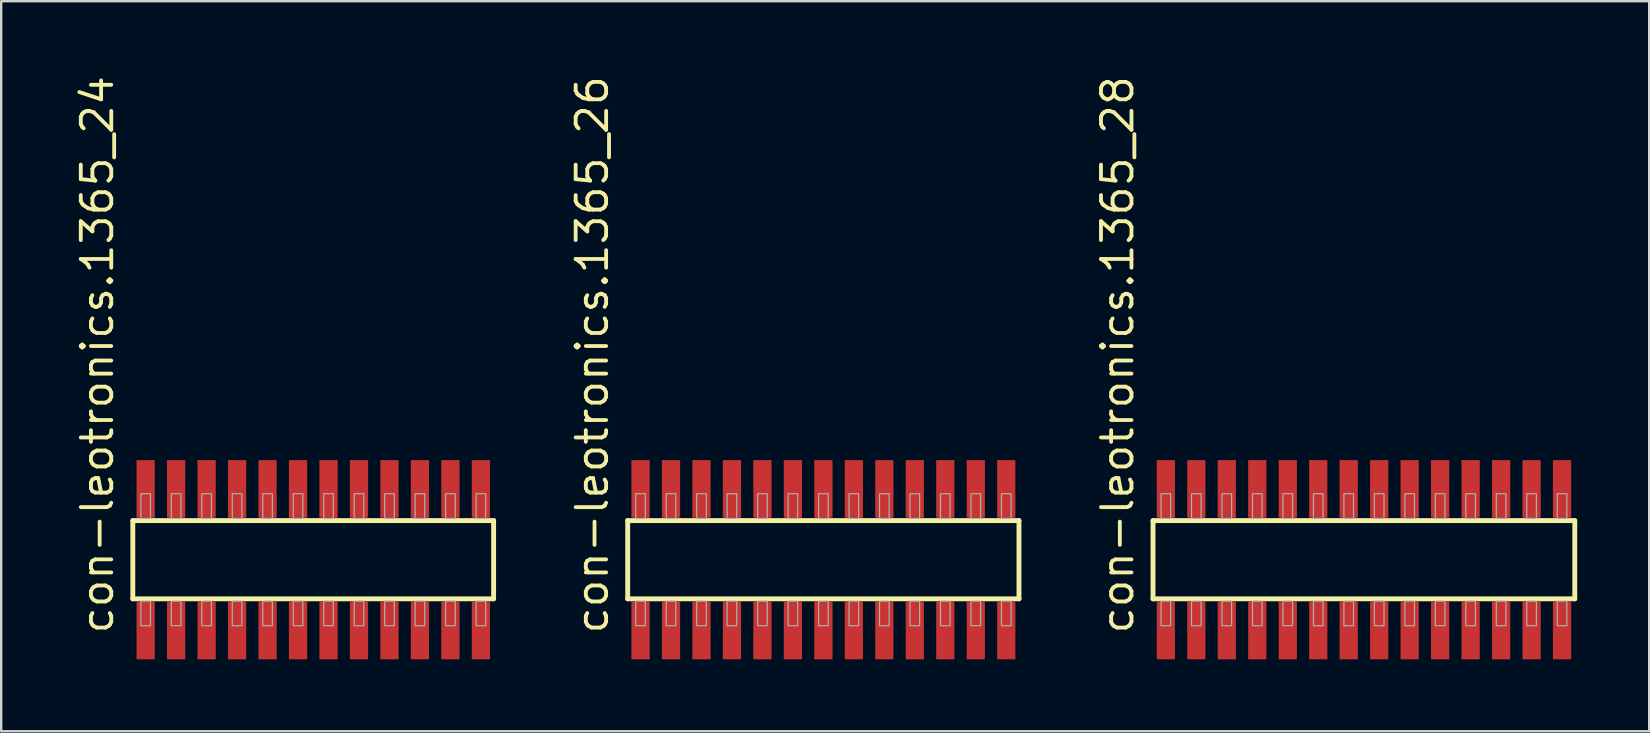
<source format=kicad_pcb>
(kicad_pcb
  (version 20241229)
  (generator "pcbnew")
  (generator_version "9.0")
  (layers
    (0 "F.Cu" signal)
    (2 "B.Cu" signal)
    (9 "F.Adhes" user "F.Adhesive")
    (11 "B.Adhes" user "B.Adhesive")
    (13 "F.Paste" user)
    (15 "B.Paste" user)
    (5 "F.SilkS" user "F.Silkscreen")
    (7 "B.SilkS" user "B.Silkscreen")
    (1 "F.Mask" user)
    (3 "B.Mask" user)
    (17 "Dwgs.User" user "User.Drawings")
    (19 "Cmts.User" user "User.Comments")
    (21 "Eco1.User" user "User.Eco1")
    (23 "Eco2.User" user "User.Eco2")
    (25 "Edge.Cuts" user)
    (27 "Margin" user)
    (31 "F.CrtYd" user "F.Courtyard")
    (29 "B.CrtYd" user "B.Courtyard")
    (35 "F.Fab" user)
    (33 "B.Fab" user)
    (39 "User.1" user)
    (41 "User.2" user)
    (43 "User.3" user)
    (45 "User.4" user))
  (footprint "con-leotronics.1365_28"
    (layer "F.Cu")
    (at 53.788 20.274)
    (property "Reference" "con-leotronics.1365_28" (at -9.525 3.175 90) (layer "F.SilkS") (effects (font (size 1.27 1.27) (thickness 0.16)) (justify left bottom)))
    (attr smd)
    (fp_line (start -8.79 -1.63) (end 8.785 -1.63) (stroke (width 0.203) (type default)) (layer "F.SilkS"))
    (fp_line (start -8.79 1.63) (end -8.79 -1.63) (stroke (width 0.203) (type default)) (layer "F.SilkS"))
    (fp_line (start 8.785 -1.63) (end 8.785 1.63) (stroke (width 0.203) (type default)) (layer "F.SilkS"))
    (fp_line (start 8.785 1.63) (end -8.79 1.63) (stroke (width 0.203) (type default)) (layer "F.SilkS"))
    (fp_rect (start -8.455 -1.725) (end -8.055 -2.75) (stroke (width 0.05) (type default)) (fill no) (layer "F.Fab"))
    (fp_rect (start -8.455 2.75) (end -8.055 1.725) (stroke (width 0.05) (type default)) (fill no) (layer "F.Fab"))
    (fp_rect (start -7.185 -1.725) (end -6.785 -2.75) (stroke (width 0.05) (type default)) (fill no) (layer "F.Fab"))
    (fp_rect (start -7.185 2.75) (end -6.785 1.725) (stroke (width 0.05) (type default)) (fill no) (layer "F.Fab"))
    (fp_rect (start -5.915 -1.725) (end -5.515 -2.75) (stroke (width 0.05) (type default)) (fill no) (layer "F.Fab"))
    (fp_rect (start -5.915 2.75) (end -5.515 1.725) (stroke (width 0.05) (type default)) (fill no) (layer "F.Fab"))
    (fp_rect (start -4.645 -1.725) (end -4.245 -2.75) (stroke (width 0.05) (type default)) (fill no) (layer "F.Fab"))
    (fp_rect (start -4.645 2.75) (end -4.245 1.725) (stroke (width 0.05) (type default)) (fill no) (layer "F.Fab"))
    (fp_rect (start -3.375 -1.725) (end -2.975 -2.75) (stroke (width 0.05) (type default)) (fill no) (layer "F.Fab"))
    (fp_rect (start -3.375 2.75) (end -2.975 1.725) (stroke (width 0.05) (type default)) (fill no) (layer "F.Fab"))
    (fp_rect (start -2.105 -1.725) (end -1.705 -2.75) (stroke (width 0.05) (type default)) (fill no) (layer "F.Fab"))
    (fp_rect (start -2.105 2.75) (end -1.705 1.725) (stroke (width 0.05) (type default)) (fill no) (layer "F.Fab"))
    (fp_rect (start -0.835 -1.725) (end -0.435 -2.75) (stroke (width 0.05) (type default)) (fill no) (layer "F.Fab"))
    (fp_rect (start -0.835 2.75) (end -0.435 1.725) (stroke (width 0.05) (type default)) (fill no) (layer "F.Fab"))
    (fp_rect (start 0.435 -1.725) (end 0.835 -2.75) (stroke (width 0.05) (type default)) (fill no) (layer "F.Fab"))
    (fp_rect (start 0.435 2.75) (end 0.835 1.725) (stroke (width 0.05) (type default)) (fill no) (layer "F.Fab"))
    (fp_rect (start 1.705 -1.725) (end 2.105 -2.75) (stroke (width 0.05) (type default)) (fill no) (layer "F.Fab"))
    (fp_rect (start 1.705 2.75) (end 2.105 1.725) (stroke (width 0.05) (type default)) (fill no) (layer "F.Fab"))
    (fp_rect (start 2.975 -1.725) (end 3.375 -2.75) (stroke (width 0.05) (type default)) (fill no) (layer "F.Fab"))
    (fp_rect (start 2.975 2.75) (end 3.375 1.725) (stroke (width 0.05) (type default)) (fill no) (layer "F.Fab"))
    (fp_rect (start 4.245 -1.725) (end 4.645 -2.75) (stroke (width 0.05) (type default)) (fill no) (layer "F.Fab"))
    (fp_rect (start 4.245 2.75) (end 4.645 1.725) (stroke (width 0.05) (type default)) (fill no) (layer "F.Fab"))
    (fp_rect (start 5.515 -1.725) (end 5.915 -2.75) (stroke (width 0.05) (type default)) (fill no) (layer "F.Fab"))
    (fp_rect (start 5.515 2.75) (end 5.915 1.725) (stroke (width 0.05) (type default)) (fill no) (layer "F.Fab"))
    (fp_rect (start 6.785 -1.725) (end 7.185 -2.75) (stroke (width 0.05) (type default)) (fill no) (layer "F.Fab"))
    (fp_rect (start 6.785 2.75) (end 7.185 1.725) (stroke (width 0.05) (type default)) (fill no) (layer "F.Fab"))
    (fp_rect (start 8.055 -1.725) (end 8.455 -2.75) (stroke (width 0.05) (type default)) (fill no) (layer "F.Fab"))
    (fp_rect (start 8.055 2.75) (end 8.455 1.725) (stroke (width 0.05) (type default)) (fill no) (layer "F.Fab"))
    (pad "1" smd roundrect (at -8.255 2.95) (size 0.76 2.4) (layers "F.Cu" "F.Mask" "F.Paste") (roundrect_rratio 0.01))
    (pad "2" smd roundrect (at -8.255 -2.95) (size 0.76 2.4) (layers "F.Cu" "F.Mask" "F.Paste") (roundrect_rratio 0.01))
    (pad "3" smd roundrect (at -6.985 2.95) (size 0.76 2.4) (layers "F.Cu" "F.Mask" "F.Paste") (roundrect_rratio 0.01))
    (pad "4" smd roundrect (at -6.985 -2.95) (size 0.76 2.4) (layers "F.Cu" "F.Mask" "F.Paste") (roundrect_rratio 0.01))
    (pad "5" smd roundrect (at -5.715 2.95) (size 0.76 2.4) (layers "F.Cu" "F.Mask" "F.Paste") (roundrect_rratio 0.01))
    (pad "6" smd roundrect (at -5.715 -2.95) (size 0.76 2.4) (layers "F.Cu" "F.Mask" "F.Paste") (roundrect_rratio 0.01))
    (pad "7" smd roundrect (at -4.445 2.95) (size 0.76 2.4) (layers "F.Cu" "F.Mask" "F.Paste") (roundrect_rratio 0.01))
    (pad "8" smd roundrect (at -4.445 -2.95) (size 0.76 2.4) (layers "F.Cu" "F.Mask" "F.Paste") (roundrect_rratio 0.01))
    (pad "9" smd roundrect (at -3.175 2.95) (size 0.76 2.4) (layers "F.Cu" "F.Mask" "F.Paste") (roundrect_rratio 0.01))
    (pad "10" smd roundrect (at -3.175 -2.95) (size 0.76 2.4) (layers "F.Cu" "F.Mask" "F.Paste") (roundrect_rratio 0.01))
    (pad "11" smd roundrect (at -1.905 2.95) (size 0.76 2.4) (layers "F.Cu" "F.Mask" "F.Paste") (roundrect_rratio 0.01))
    (pad "12" smd roundrect (at -1.905 -2.95) (size 0.76 2.4) (layers "F.Cu" "F.Mask" "F.Paste") (roundrect_rratio 0.01))
    (pad "13" smd roundrect (at -0.635 2.95) (size 0.76 2.4) (layers "F.Cu" "F.Mask" "F.Paste") (roundrect_rratio 0.01))
    (pad "14" smd roundrect (at -0.635 -2.95) (size 0.76 2.4) (layers "F.Cu" "F.Mask" "F.Paste") (roundrect_rratio 0.01))
    (pad "15" smd roundrect (at 0.635 2.95) (size 0.76 2.4) (layers "F.Cu" "F.Mask" "F.Paste") (roundrect_rratio 0.01))
    (pad "16" smd roundrect (at 0.635 -2.95) (size 0.76 2.4) (layers "F.Cu" "F.Mask" "F.Paste") (roundrect_rratio 0.01))
    (pad "17" smd roundrect (at 1.905 2.95) (size 0.76 2.4) (layers "F.Cu" "F.Mask" "F.Paste") (roundrect_rratio 0.01))
    (pad "18" smd roundrect (at 1.905 -2.95) (size 0.76 2.4) (layers "F.Cu" "F.Mask" "F.Paste") (roundrect_rratio 0.01))
    (pad "19" smd roundrect (at 3.175 2.95) (size 0.76 2.4) (layers "F.Cu" "F.Mask" "F.Paste") (roundrect_rratio 0.01))
    (pad "20" smd roundrect (at 3.175 -2.95) (size 0.76 2.4) (layers "F.Cu" "F.Mask" "F.Paste") (roundrect_rratio 0.01))
    (pad "21" smd roundrect (at 4.445 2.95) (size 0.76 2.4) (layers "F.Cu" "F.Mask" "F.Paste") (roundrect_rratio 0.01))
    (pad "22" smd roundrect (at 4.445 -2.95) (size 0.76 2.4) (layers "F.Cu" "F.Mask" "F.Paste") (roundrect_rratio 0.01))
    (pad "23" smd roundrect (at 5.715 2.95) (size 0.76 2.4) (layers "F.Cu" "F.Mask" "F.Paste") (roundrect_rratio 0.01))
    (pad "24" smd roundrect (at 5.715 -2.95) (size 0.76 2.4) (layers "F.Cu" "F.Mask" "F.Paste") (roundrect_rratio 0.01))
    (pad "25" smd roundrect (at 6.985 2.95) (size 0.76 2.4) (layers "F.Cu" "F.Mask" "F.Paste") (roundrect_rratio 0.01))
    (pad "26" smd roundrect (at 6.985 -2.95) (size 0.76 2.4) (layers "F.Cu" "F.Mask" "F.Paste") (roundrect_rratio 0.01))
    (pad "27" smd roundrect (at 8.255 2.95) (size 0.76 2.4) (layers "F.Cu" "F.Mask" "F.Paste") (roundrect_rratio 0.01))
    (pad "28" smd roundrect (at 8.255 -2.95) (size 0.76 2.4) (layers "F.Cu" "F.Mask" "F.Paste") (roundrect_rratio 0.01)))
  (footprint "con-leotronics.1365_24"
    (layer "F.Cu")
    (at 10.005 20.274)
    (property "Reference" "con-leotronics.1365_24" (at -8.255 3.175 90) (layer "F.SilkS") (effects (font (size 1.27 1.27) (thickness 0.16)) (justify left bottom)))
    (attr smd)
    (fp_line (start -7.52 -1.63) (end 7.515 -1.63) (stroke (width 0.203) (type default)) (layer "F.SilkS"))
    (fp_line (start -7.52 1.63) (end -7.52 -1.63) (stroke (width 0.203) (type default)) (layer "F.SilkS"))
    (fp_line (start 7.515 -1.63) (end 7.515 1.63) (stroke (width 0.203) (type default)) (layer "F.SilkS"))
    (fp_line (start 7.515 1.63) (end -7.52 1.63) (stroke (width 0.203) (type default)) (layer "F.SilkS"))
    (fp_rect (start -7.185 -1.725) (end -6.785 -2.75) (stroke (width 0.05) (type default)) (fill no) (layer "F.Fab"))
    (fp_rect (start -7.185 2.75) (end -6.785 1.725) (stroke (width 0.05) (type default)) (fill no) (layer "F.Fab"))
    (fp_rect (start -5.915 -1.725) (end -5.515 -2.75) (stroke (width 0.05) (type default)) (fill no) (layer "F.Fab"))
    (fp_rect (start -5.915 2.75) (end -5.515 1.725) (stroke (width 0.05) (type default)) (fill no) (layer "F.Fab"))
    (fp_rect (start -4.645 -1.725) (end -4.245 -2.75) (stroke (width 0.05) (type default)) (fill no) (layer "F.Fab"))
    (fp_rect (start -4.645 2.75) (end -4.245 1.725) (stroke (width 0.05) (type default)) (fill no) (layer "F.Fab"))
    (fp_rect (start -3.375 -1.725) (end -2.975 -2.75) (stroke (width 0.05) (type default)) (fill no) (layer "F.Fab"))
    (fp_rect (start -3.375 2.75) (end -2.975 1.725) (stroke (width 0.05) (type default)) (fill no) (layer "F.Fab"))
    (fp_rect (start -2.105 -1.725) (end -1.705 -2.75) (stroke (width 0.05) (type default)) (fill no) (layer "F.Fab"))
    (fp_rect (start -2.105 2.75) (end -1.705 1.725) (stroke (width 0.05) (type default)) (fill no) (layer "F.Fab"))
    (fp_rect (start -0.835 -1.725) (end -0.435 -2.75) (stroke (width 0.05) (type default)) (fill no) (layer "F.Fab"))
    (fp_rect (start -0.835 2.75) (end -0.435 1.725) (stroke (width 0.05) (type default)) (fill no) (layer "F.Fab"))
    (fp_rect (start 0.435 -1.725) (end 0.835 -2.75) (stroke (width 0.05) (type default)) (fill no) (layer "F.Fab"))
    (fp_rect (start 0.435 2.75) (end 0.835 1.725) (stroke (width 0.05) (type default)) (fill no) (layer "F.Fab"))
    (fp_rect (start 1.705 -1.725) (end 2.105 -2.75) (stroke (width 0.05) (type default)) (fill no) (layer "F.Fab"))
    (fp_rect (start 1.705 2.75) (end 2.105 1.725) (stroke (width 0.05) (type default)) (fill no) (layer "F.Fab"))
    (fp_rect (start 2.975 -1.725) (end 3.375 -2.75) (stroke (width 0.05) (type default)) (fill no) (layer "F.Fab"))
    (fp_rect (start 2.975 2.75) (end 3.375 1.725) (stroke (width 0.05) (type default)) (fill no) (layer "F.Fab"))
    (fp_rect (start 4.245 -1.725) (end 4.645 -2.75) (stroke (width 0.05) (type default)) (fill no) (layer "F.Fab"))
    (fp_rect (start 4.245 2.75) (end 4.645 1.725) (stroke (width 0.05) (type default)) (fill no) (layer "F.Fab"))
    (fp_rect (start 5.515 -1.725) (end 5.915 -2.75) (stroke (width 0.05) (type default)) (fill no) (layer "F.Fab"))
    (fp_rect (start 5.515 2.75) (end 5.915 1.725) (stroke (width 0.05) (type default)) (fill no) (layer "F.Fab"))
    (fp_rect (start 6.785 -1.725) (end 7.185 -2.75) (stroke (width 0.05) (type default)) (fill no) (layer "F.Fab"))
    (fp_rect (start 6.785 2.75) (end 7.185 1.725) (stroke (width 0.05) (type default)) (fill no) (layer "F.Fab"))
    (pad "1" smd roundrect (at -6.985 2.95) (size 0.76 2.4) (layers "F.Cu" "F.Mask" "F.Paste") (roundrect_rratio 0.01))
    (pad "2" smd roundrect (at -6.985 -2.95) (size 0.76 2.4) (layers "F.Cu" "F.Mask" "F.Paste") (roundrect_rratio 0.01))
    (pad "3" smd roundrect (at -5.715 2.95) (size 0.76 2.4) (layers "F.Cu" "F.Mask" "F.Paste") (roundrect_rratio 0.01))
    (pad "4" smd roundrect (at -5.715 -2.95) (size 0.76 2.4) (layers "F.Cu" "F.Mask" "F.Paste") (roundrect_rratio 0.01))
    (pad "5" smd roundrect (at -4.445 2.95) (size 0.76 2.4) (layers "F.Cu" "F.Mask" "F.Paste") (roundrect_rratio 0.01))
    (pad "6" smd roundrect (at -4.445 -2.95) (size 0.76 2.4) (layers "F.Cu" "F.Mask" "F.Paste") (roundrect_rratio 0.01))
    (pad "7" smd roundrect (at -3.175 2.95) (size 0.76 2.4) (layers "F.Cu" "F.Mask" "F.Paste") (roundrect_rratio 0.01))
    (pad "8" smd roundrect (at -3.175 -2.95) (size 0.76 2.4) (layers "F.Cu" "F.Mask" "F.Paste") (roundrect_rratio 0.01))
    (pad "9" smd roundrect (at -1.905 2.95) (size 0.76 2.4) (layers "F.Cu" "F.Mask" "F.Paste") (roundrect_rratio 0.01))
    (pad "10" smd roundrect (at -1.905 -2.95) (size 0.76 2.4) (layers "F.Cu" "F.Mask" "F.Paste") (roundrect_rratio 0.01))
    (pad "11" smd roundrect (at -0.635 2.95) (size 0.76 2.4) (layers "F.Cu" "F.Mask" "F.Paste") (roundrect_rratio 0.01))
    (pad "12" smd roundrect (at -0.635 -2.95) (size 0.76 2.4) (layers "F.Cu" "F.Mask" "F.Paste") (roundrect_rratio 0.01))
    (pad "13" smd roundrect (at 0.635 2.95) (size 0.76 2.4) (layers "F.Cu" "F.Mask" "F.Paste") (roundrect_rratio 0.01))
    (pad "14" smd roundrect (at 0.635 -2.95) (size 0.76 2.4) (layers "F.Cu" "F.Mask" "F.Paste") (roundrect_rratio 0.01))
    (pad "15" smd roundrect (at 1.905 2.95) (size 0.76 2.4) (layers "F.Cu" "F.Mask" "F.Paste") (roundrect_rratio 0.01))
    (pad "16" smd roundrect (at 1.905 -2.95) (size 0.76 2.4) (layers "F.Cu" "F.Mask" "F.Paste") (roundrect_rratio 0.01))
    (pad "17" smd roundrect (at 3.175 2.95) (size 0.76 2.4) (layers "F.Cu" "F.Mask" "F.Paste") (roundrect_rratio 0.01))
    (pad "18" smd roundrect (at 3.175 -2.95) (size 0.76 2.4) (layers "F.Cu" "F.Mask" "F.Paste") (roundrect_rratio 0.01))
    (pad "19" smd roundrect (at 4.445 2.95) (size 0.76 2.4) (layers "F.Cu" "F.Mask" "F.Paste") (roundrect_rratio 0.01))
    (pad "20" smd roundrect (at 4.445 -2.95) (size 0.76 2.4) (layers "F.Cu" "F.Mask" "F.Paste") (roundrect_rratio 0.01))
    (pad "21" smd roundrect (at 5.715 2.95) (size 0.76 2.4) (layers "F.Cu" "F.Mask" "F.Paste") (roundrect_rratio 0.01))
    (pad "22" smd roundrect (at 5.715 -2.95) (size 0.76 2.4) (layers "F.Cu" "F.Mask" "F.Paste") (roundrect_rratio 0.01))
    (pad "23" smd roundrect (at 6.985 2.95) (size 0.76 2.4) (layers "F.Cu" "F.Mask" "F.Paste") (roundrect_rratio 0.01))
    (pad "24" smd roundrect (at 6.985 -2.95) (size 0.76 2.4) (layers "F.Cu" "F.Mask" "F.Paste") (roundrect_rratio 0.01)))
  (footprint "con-leotronics.1365_26"
    (layer "F.Cu")
    (at 31.262 20.274)
    (property "Reference" "con-leotronics.1365_26" (at -8.89 3.175 90) (layer "F.SilkS") (effects (font (size 1.27 1.27) (thickness 0.16)) (justify left bottom)))
    (attr smd)
    (fp_line (start -8.155 -1.63) (end 8.15 -1.63) (stroke (width 0.203) (type default)) (layer "F.SilkS"))
    (fp_line (start -8.155 1.63) (end -8.155 -1.63) (stroke (width 0.203) (type default)) (layer "F.SilkS"))
    (fp_line (start 8.15 -1.63) (end 8.15 1.63) (stroke (width 0.203) (type default)) (layer "F.SilkS"))
    (fp_line (start 8.15 1.63) (end -8.155 1.63) (stroke (width 0.203) (type default)) (layer "F.SilkS"))
    (fp_rect (start -7.82 -1.725) (end -7.42 -2.75) (stroke (width 0.05) (type default)) (fill no) (layer "F.Fab"))
    (fp_rect (start -7.82 2.75) (end -7.42 1.725) (stroke (width 0.05) (type default)) (fill no) (layer "F.Fab"))
    (fp_rect (start -6.55 -1.725) (end -6.15 -2.75) (stroke (width 0.05) (type default)) (fill no) (layer "F.Fab"))
    (fp_rect (start -6.55 2.75) (end -6.15 1.725) (stroke (width 0.05) (type default)) (fill no) (layer "F.Fab"))
    (fp_rect (start -5.28 -1.725) (end -4.88 -2.75) (stroke (width 0.05) (type default)) (fill no) (layer "F.Fab"))
    (fp_rect (start -5.28 2.75) (end -4.88 1.725) (stroke (width 0.05) (type default)) (fill no) (layer "F.Fab"))
    (fp_rect (start -4.01 -1.725) (end -3.61 -2.75) (stroke (width 0.05) (type default)) (fill no) (layer "F.Fab"))
    (fp_rect (start -4.01 2.75) (end -3.61 1.725) (stroke (width 0.05) (type default)) (fill no) (layer "F.Fab"))
    (fp_rect (start -2.74 -1.725) (end -2.34 -2.75) (stroke (width 0.05) (type default)) (fill no) (layer "F.Fab"))
    (fp_rect (start -2.74 2.75) (end -2.34 1.725) (stroke (width 0.05) (type default)) (fill no) (layer "F.Fab"))
    (fp_rect (start -1.47 -1.725) (end -1.07 -2.75) (stroke (width 0.05) (type default)) (fill no) (layer "F.Fab"))
    (fp_rect (start -1.47 2.75) (end -1.07 1.725) (stroke (width 0.05) (type default)) (fill no) (layer "F.Fab"))
    (fp_rect (start -0.2 -1.725) (end 0.2 -2.75) (stroke (width 0.05) (type default)) (fill no) (layer "F.Fab"))
    (fp_rect (start -0.2 2.75) (end 0.2 1.725) (stroke (width 0.05) (type default)) (fill no) (layer "F.Fab"))
    (fp_rect (start 1.07 -1.725) (end 1.47 -2.75) (stroke (width 0.05) (type default)) (fill no) (layer "F.Fab"))
    (fp_rect (start 1.07 2.75) (end 1.47 1.725) (stroke (width 0.05) (type default)) (fill no) (layer "F.Fab"))
    (fp_rect (start 2.34 -1.725) (end 2.74 -2.75) (stroke (width 0.05) (type default)) (fill no) (layer "F.Fab"))
    (fp_rect (start 2.34 2.75) (end 2.74 1.725) (stroke (width 0.05) (type default)) (fill no) (layer "F.Fab"))
    (fp_rect (start 3.61 -1.725) (end 4.01 -2.75) (stroke (width 0.05) (type default)) (fill no) (layer "F.Fab"))
    (fp_rect (start 3.61 2.75) (end 4.01 1.725) (stroke (width 0.05) (type default)) (fill no) (layer "F.Fab"))
    (fp_rect (start 4.88 -1.725) (end 5.28 -2.75) (stroke (width 0.05) (type default)) (fill no) (layer "F.Fab"))
    (fp_rect (start 4.88 2.75) (end 5.28 1.725) (stroke (width 0.05) (type default)) (fill no) (layer "F.Fab"))
    (fp_rect (start 6.15 -1.725) (end 6.55 -2.75) (stroke (width 0.05) (type default)) (fill no) (layer "F.Fab"))
    (fp_rect (start 6.15 2.75) (end 6.55 1.725) (stroke (width 0.05) (type default)) (fill no) (layer "F.Fab"))
    (fp_rect (start 7.42 -1.725) (end 7.82 -2.75) (stroke (width 0.05) (type default)) (fill no) (layer "F.Fab"))
    (fp_rect (start 7.42 2.75) (end 7.82 1.725) (stroke (width 0.05) (type default)) (fill no) (layer "F.Fab"))
    (pad "1" smd roundrect (at -7.62 2.95) (size 0.76 2.4) (layers "F.Cu" "F.Mask" "F.Paste") (roundrect_rratio 0.01))
    (pad "2" smd roundrect (at -7.62 -2.95) (size 0.76 2.4) (layers "F.Cu" "F.Mask" "F.Paste") (roundrect_rratio 0.01))
    (pad "3" smd roundrect (at -6.35 2.95) (size 0.76 2.4) (layers "F.Cu" "F.Mask" "F.Paste") (roundrect_rratio 0.01))
    (pad "4" smd roundrect (at -6.35 -2.95) (size 0.76 2.4) (layers "F.Cu" "F.Mask" "F.Paste") (roundrect_rratio 0.01))
    (pad "5" smd roundrect (at -5.08 2.95) (size 0.76 2.4) (layers "F.Cu" "F.Mask" "F.Paste") (roundrect_rratio 0.01))
    (pad "6" smd roundrect (at -5.08 -2.95) (size 0.76 2.4) (layers "F.Cu" "F.Mask" "F.Paste") (roundrect_rratio 0.01))
    (pad "7" smd roundrect (at -3.81 2.95) (size 0.76 2.4) (layers "F.Cu" "F.Mask" "F.Paste") (roundrect_rratio 0.01))
    (pad "8" smd roundrect (at -3.81 -2.95) (size 0.76 2.4) (layers "F.Cu" "F.Mask" "F.Paste") (roundrect_rratio 0.01))
    (pad "9" smd roundrect (at -2.54 2.95) (size 0.76 2.4) (layers "F.Cu" "F.Mask" "F.Paste") (roundrect_rratio 0.01))
    (pad "10" smd roundrect (at -2.54 -2.95) (size 0.76 2.4) (layers "F.Cu" "F.Mask" "F.Paste") (roundrect_rratio 0.01))
    (pad "11" smd roundrect (at -1.27 2.95) (size 0.76 2.4) (layers "F.Cu" "F.Mask" "F.Paste") (roundrect_rratio 0.01))
    (pad "12" smd roundrect (at -1.27 -2.95) (size 0.76 2.4) (layers "F.Cu" "F.Mask" "F.Paste") (roundrect_rratio 0.01))
    (pad "13" smd roundrect (at 0 2.95) (size 0.76 2.4) (layers "F.Cu" "F.Mask" "F.Paste") (roundrect_rratio 0.01))
    (pad "14" smd roundrect (at 0 -2.95) (size 0.76 2.4) (layers "F.Cu" "F.Mask" "F.Paste") (roundrect_rratio 0.01))
    (pad "15" smd roundrect (at 1.27 2.95) (size 0.76 2.4) (layers "F.Cu" "F.Mask" "F.Paste") (roundrect_rratio 0.01))
    (pad "16" smd roundrect (at 1.27 -2.95) (size 0.76 2.4) (layers "F.Cu" "F.Mask" "F.Paste") (roundrect_rratio 0.01))
    (pad "17" smd roundrect (at 2.54 2.95) (size 0.76 2.4) (layers "F.Cu" "F.Mask" "F.Paste") (roundrect_rratio 0.01))
    (pad "18" smd roundrect (at 2.54 -2.95) (size 0.76 2.4) (layers "F.Cu" "F.Mask" "F.Paste") (roundrect_rratio 0.01))
    (pad "19" smd roundrect (at 3.81 2.95) (size 0.76 2.4) (layers "F.Cu" "F.Mask" "F.Paste") (roundrect_rratio 0.01))
    (pad "20" smd roundrect (at 3.81 -2.95) (size 0.76 2.4) (layers "F.Cu" "F.Mask" "F.Paste") (roundrect_rratio 0.01))
    (pad "21" smd roundrect (at 5.08 2.95) (size 0.76 2.4) (layers "F.Cu" "F.Mask" "F.Paste") (roundrect_rratio 0.01))
    (pad "22" smd roundrect (at 5.08 -2.95) (size 0.76 2.4) (layers "F.Cu" "F.Mask" "F.Paste") (roundrect_rratio 0.01))
    (pad "23" smd roundrect (at 6.35 2.95) (size 0.76 2.4) (layers "F.Cu" "F.Mask" "F.Paste") (roundrect_rratio 0.01))
    (pad "24" smd roundrect (at 6.35 -2.95) (size 0.76 2.4) (layers "F.Cu" "F.Mask" "F.Paste") (roundrect_rratio 0.01))
    (pad "25" smd roundrect (at 7.62 2.95) (size 0.76 2.4) (layers "F.Cu" "F.Mask" "F.Paste") (roundrect_rratio 0.01))
    (pad "26" smd roundrect (at 7.62 -2.95) (size 0.76 2.4) (layers "F.Cu" "F.Mask" "F.Paste") (roundrect_rratio 0.01)))
  (gr_rect
    (start -3 -3)
    (end 65.675 27.424)
    (stroke (width 0.1) (type default))
    (fill no)
    (layer "Edge.Cuts")))
</source>
